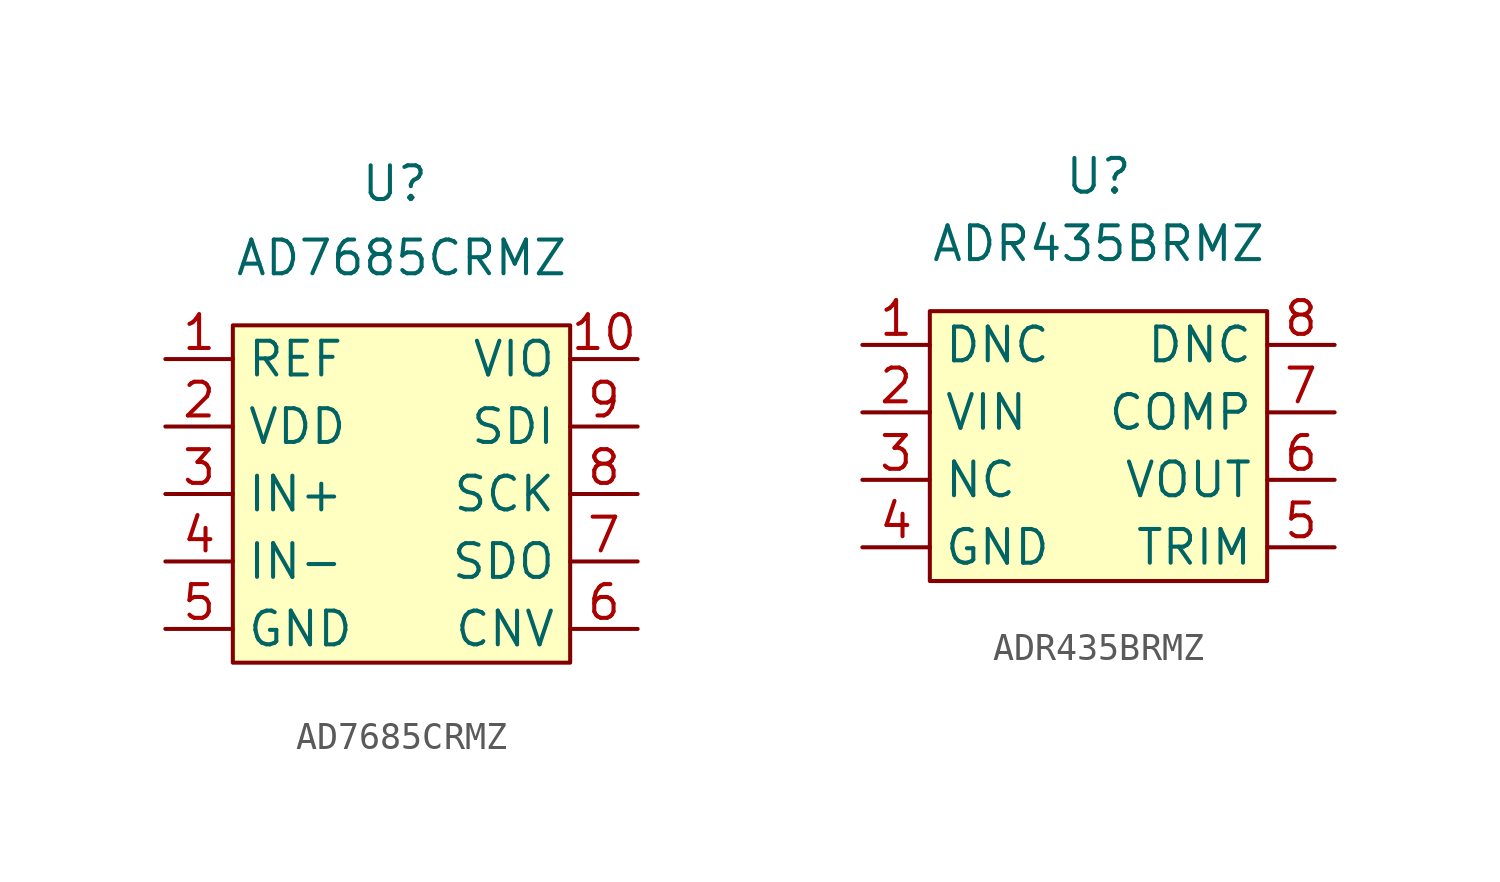
<source format=kicad_sym>
(kicad_symbol_lib
  (version 20231120)
  (generator "kicad_symbol_editor")
  (generator_version "8.0")
  (symbol "AD7685CRMZ"
    (property "Reference" "U"
      (at -0.254 11.684 0)
      (effects (font (size 1.27 1.27))))
    (property "Value" "AD7685CRMZ"
      (at 0 8.89 0)
      (effects (font (size 1.27 1.27))))
    (symbol "AD7685CRMZ_1_1"
      (rectangle (start -6.35 6.35) (end 6.35 -6.35) (stroke (width 0) (type default)) (fill (type background)))
      (pin input line (at -8.89 5.08 0) (length 2.54) (name "REF" (effects (font (size 1.27 1.27)))) (number "1" (effects (font (size 1.27 1.27)))))
      (pin power_in line (at 8.89 5.08 180) (length 2.54) (name "VIO" (effects (font (size 1.27 1.27)))) (number "10" (effects (font (size 1.27 1.27)))))
      (pin power_in line (at -8.89 2.54 0) (length 2.54) (name "VDD" (effects (font (size 1.27 1.27)))) (number "2" (effects (font (size 1.27 1.27)))))
      (pin input line (at -8.89 0 0) (length 2.54) (name "IN+" (effects (font (size 1.27 1.27)))) (number "3" (effects (font (size 1.27 1.27)))))
      (pin input line (at -8.89 -2.54 0) (length 2.54) (name "IN-" (effects (font (size 1.27 1.27)))) (number "4" (effects (font (size 1.27 1.27)))))
      (pin power_in line (at -8.89 -5.08 0) (length 2.54) (name "GND" (effects (font (size 1.27 1.27)))) (number "5" (effects (font (size 1.27 1.27)))))
      (pin input line (at 8.89 -5.08 180) (length 2.54) (name "CNV" (effects (font (size 1.27 1.27)))) (number "6" (effects (font (size 1.27 1.27)))))
      (pin output line (at 8.89 -2.54 180) (length 2.54) (name "SDO" (effects (font (size 1.27 1.27)))) (number "7" (effects (font (size 1.27 1.27)))))
      (pin input line (at 8.89 0 180) (length 2.54) (name "SCK" (effects (font (size 1.27 1.27)))) (number "8" (effects (font (size 1.27 1.27)))))
      (pin input line (at 8.89 2.54 180) (length 2.54) (name "SDI" (effects (font (size 1.27 1.27)))) (number "9" (effects (font (size 1.27 1.27)))))))
  (symbol "ADR435BRMZ"
    (property "Reference" "U"
      (at 0 10.16 0)
      (effects (font (size 1.27 1.27))))
    (property "Value" "ADR435BRMZ"
      (at 0 7.62 0)
      (effects (font (size 1.27 1.27))))
    (symbol "ADR435BRMZ_1_1"
      (rectangle (start -6.35 5.08) (end 6.35 -5.08) (stroke (width 0) (type default)) (fill (type background)))
      (pin input line (at -8.89 3.81 0) (length 2.54) (name "DNC" (effects (font (size 1.27 1.27)))) (number "1" (effects (font (size 1.27 1.27)))))
      (pin power_in line (at -8.89 1.27 0) (length 2.54) (name "VIN" (effects (font (size 1.27 1.27)))) (number "2" (effects (font (size 1.27 1.27)))))
      (pin input line (at -8.89 -1.27 0) (length 2.54) (name "NC" (effects (font (size 1.27 1.27)))) (number "3" (effects (font (size 1.27 1.27)))))
      (pin power_in line (at -8.89 -3.81 0) (length 2.54) (name "GND" (effects (font (size 1.27 1.27)))) (number "4" (effects (font (size 1.27 1.27)))))
      (pin input line (at 8.89 -3.81 180) (length 2.54) (name "TRIM" (effects (font (size 1.27 1.27)))) (number "5" (effects (font (size 1.27 1.27)))))
      (pin output line (at 8.89 -1.27 180) (length 2.54) (name "VOUT" (effects (font (size 1.27 1.27)))) (number "6" (effects (font (size 1.27 1.27)))))
      (pin input line (at 8.89 1.27 180) (length 2.54) (name "COMP" (effects (font (size 1.27 1.27)))) (number "7" (effects (font (size 1.27 1.27)))))
      (pin input line (at 8.89 3.81 180) (length 2.54) (name "DNC" (effects (font (size 1.27 1.27)))) (number "8" (effects (font (size 1.27 1.27))))))))
</source>
